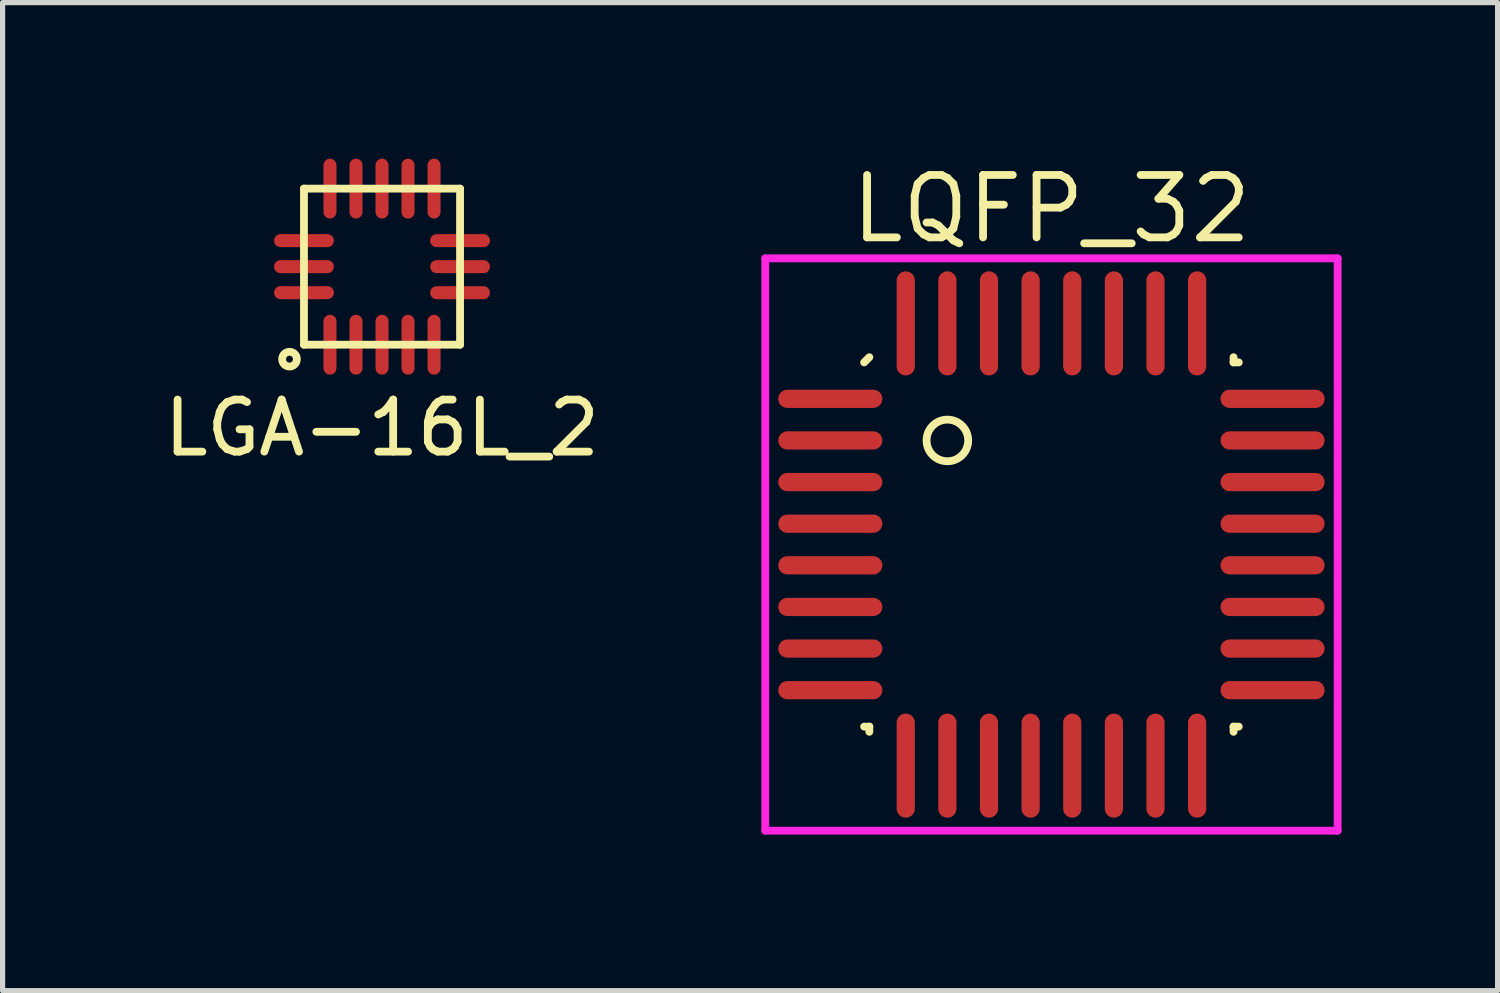
<source format=kicad_pcb>
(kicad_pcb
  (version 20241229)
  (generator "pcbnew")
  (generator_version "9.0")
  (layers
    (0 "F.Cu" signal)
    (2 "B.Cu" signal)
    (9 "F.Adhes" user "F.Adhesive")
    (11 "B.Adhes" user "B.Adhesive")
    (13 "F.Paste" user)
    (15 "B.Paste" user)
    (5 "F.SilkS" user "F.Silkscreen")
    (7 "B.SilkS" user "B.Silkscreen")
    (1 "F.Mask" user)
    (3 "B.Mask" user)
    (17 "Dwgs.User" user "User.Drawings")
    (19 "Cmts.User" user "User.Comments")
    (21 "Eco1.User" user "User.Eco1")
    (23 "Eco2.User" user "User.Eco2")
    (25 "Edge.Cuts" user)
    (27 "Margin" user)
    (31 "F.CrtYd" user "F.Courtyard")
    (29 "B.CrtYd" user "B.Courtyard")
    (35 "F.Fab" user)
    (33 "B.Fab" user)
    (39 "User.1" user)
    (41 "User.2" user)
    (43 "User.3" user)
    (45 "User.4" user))
  (footprint "LQFP_32"
    (layer "F.Cu")
    (at 17.158 7.415)
    (property "Reference" "LQFP_32" (at 0 -6.45 0) (layer "F.SilkS") (effects (font (size 1.2 1.2) (thickness 0.15))))
    (attr through_hole)
    (fp_line (start -3.6 3.5) (end -3.5 3.5) (stroke (width 0.15) (type solid)) (layer "F.SilkS"))
    (fp_line (start -3.5 -3.6) (end -3.6 -3.5) (stroke (width 0.15) (type solid)) (layer "F.SilkS"))
    (fp_line (start -3.5 3.5) (end -3.5 3.6) (stroke (width 0.15) (type solid)) (layer "F.SilkS"))
    (fp_line (start 3.5 -3.5) (end 3.5 -3.6) (stroke (width 0.15) (type solid)) (layer "F.SilkS"))
    (fp_line (start 3.5 3.5) (end 3.5 3.6) (stroke (width 0.15) (type solid)) (layer "F.SilkS"))
    (fp_line (start 3.6 -3.5) (end 3.5 -3.5) (stroke (width 0.15) (type solid)) (layer "F.SilkS"))
    (fp_line (start 3.6 3.5) (end 3.5 3.5) (stroke (width 0.15) (type solid)) (layer "F.SilkS"))
    (fp_circle (center -2 -2) (end -2 -2.4) (stroke (width 0.15) (type solid)) (fill no) (layer "F.SilkS"))
    (fp_line (start -5.5 -5.5) (end 5.5 -5.5) (stroke (width 0.15) (type solid)) (layer "F.CrtYd"))
    (fp_line (start -5.5 5.5) (end -5.5 -5.5) (stroke (width 0.15) (type solid)) (layer "F.CrtYd"))
    (fp_line (start 5.5 -5.5) (end 5.5 5.5) (stroke (width 0.15) (type solid)) (layer "F.CrtYd"))
    (fp_line (start 5.5 5.5) (end -5.5 5.5) (stroke (width 0.15) (type solid)) (layer "F.CrtYd"))
    (pad "1" smd oval (at -4.25 -2.8 90) (size 0.35 2) (layers "F.Cu" "F.Mask" "F.Paste"))
    (pad "2" smd oval (at -4.25 -2 90) (size 0.35 2) (layers "F.Cu" "F.Mask" "F.Paste"))
    (pad "3" smd oval (at -4.25 -1.2 90) (size 0.35 2) (layers "F.Cu" "F.Mask" "F.Paste"))
    (pad "4" smd oval (at -4.25 -0.4 90) (size 0.35 2) (layers "F.Cu" "F.Mask" "F.Paste"))
    (pad "5" smd oval (at -4.25 0.4 90) (size 0.35 2) (layers "F.Cu" "F.Mask" "F.Paste"))
    (pad "6" smd oval (at -4.25 1.2 90) (size 0.35 2) (layers "F.Cu" "F.Mask" "F.Paste"))
    (pad "7" smd oval (at -4.25 2 90) (size 0.35 2) (layers "F.Cu" "F.Mask" "F.Paste"))
    (pad "8" smd oval (at -4.25 2.8 90) (size 0.35 2) (layers "F.Cu" "F.Mask" "F.Paste"))
    (pad "9" smd oval (at -2.8 4.25) (size 0.35 2) (layers "F.Cu" "F.Mask" "F.Paste"))
    (pad "10" smd oval (at -2 4.25) (size 0.35 2) (layers "F.Cu" "F.Mask" "F.Paste"))
    (pad "11" smd oval (at -1.2 4.25) (size 0.35 2) (layers "F.Cu" "F.Mask" "F.Paste"))
    (pad "12" smd oval (at -0.4 4.25) (size 0.35 2) (layers "F.Cu" "F.Mask" "F.Paste"))
    (pad "13" smd oval (at 0.4 4.25) (size 0.35 2) (layers "F.Cu" "F.Mask" "F.Paste"))
    (pad "14" smd oval (at 1.2 4.25) (size 0.35 2) (layers "F.Cu" "F.Mask" "F.Paste"))
    (pad "15" smd oval (at 2 4.25) (size 0.35 2) (layers "F.Cu" "F.Mask" "F.Paste"))
    (pad "16" smd oval (at 2.8 4.25) (size 0.35 2) (layers "F.Cu" "F.Mask" "F.Paste"))
    (pad "17" smd oval (at 4.25 2.8 90) (size 0.35 2) (layers "F.Cu" "F.Mask" "F.Paste"))
    (pad "18" smd oval (at 4.25 2 90) (size 0.35 2) (layers "F.Cu" "F.Mask" "F.Paste"))
    (pad "19" smd oval (at 4.25 1.2 90) (size 0.35 2) (layers "F.Cu" "F.Mask" "F.Paste"))
    (pad "20" smd oval (at 4.25 0.4 90) (size 0.35 2) (layers "F.Cu" "F.Mask" "F.Paste"))
    (pad "21" smd oval (at 4.25 -0.4 90) (size 0.35 2) (layers "F.Cu" "F.Mask" "F.Paste"))
    (pad "22" smd oval (at 4.25 -1.2 90) (size 0.35 2) (layers "F.Cu" "F.Mask" "F.Paste"))
    (pad "23" smd oval (at 4.25 -2 90) (size 0.35 2) (layers "F.Cu" "F.Mask" "F.Paste"))
    (pad "24" smd oval (at 4.25 -2.8 90) (size 0.35 2) (layers "F.Cu" "F.Mask" "F.Paste"))
    (pad "25" smd oval (at 2.8 -4.25) (size 0.35 2) (layers "F.Cu" "F.Mask" "F.Paste"))
    (pad "26" smd oval (at 2 -4.25) (size 0.35 2) (layers "F.Cu" "F.Mask" "F.Paste"))
    (pad "27" smd oval (at 1.2 -4.25) (size 0.35 2) (layers "F.Cu" "F.Mask" "F.Paste"))
    (pad "28" smd oval (at 0.4 -4.25) (size 0.35 2) (layers "F.Cu" "F.Mask" "F.Paste"))
    (pad "29" smd oval (at -0.4 -4.25) (size 0.35 2) (layers "F.Cu" "F.Mask" "F.Paste"))
    (pad "30" smd oval (at -1.2 -4.25) (size 0.35 2) (layers "F.Cu" "F.Mask" "F.Paste"))
    (pad "31" smd oval (at -2 -4.25) (size 0.35 2) (layers "F.Cu" "F.Mask" "F.Paste"))
    (pad "32" smd oval (at -2.8 -4.25) (size 0.35 2) (layers "F.Cu" "F.Mask" "F.Paste")))
  (footprint "LGA-16L_2"
    (layer "F.Cu")
    (at 4.292 2.075)
    (property "Reference" "LGA-16L_2" (at 0 3.1 0) (layer "F.SilkS") (effects (font (size 1 1) (thickness 0.15))))
    (attr through_hole)
    (fp_line (start -1.5 -1.5) (end -1.5 1.5) (stroke (width 0.15) (type solid)) (layer "F.SilkS"))
    (fp_line (start -1.5 1.5) (end 1.5 1.5) (stroke (width 0.15) (type solid)) (layer "F.SilkS"))
    (fp_line (start 1.5 -1.5) (end -1.5 -1.5) (stroke (width 0.15) (type solid)) (layer "F.SilkS"))
    (fp_line (start 1.5 0) (end 1.5 -1.5) (stroke (width 0.15) (type solid)) (layer "F.SilkS"))
    (fp_line (start 1.5 1.5) (end 1.5 0) (stroke (width 0.15) (type solid)) (layer "F.SilkS"))
    (fp_circle (center -1.778 1.778) (end -1.678 1.878) (stroke (width 0.15) (type solid)) (fill no) (layer "F.SilkS"))
    (pad "1" smd oval (at -1 1.5) (size 0.25 1.15) (layers "F.Cu" "F.Mask" "F.Paste"))
    (pad "2" smd oval (at -0.5 1.5) (size 0.25 1.15) (layers "F.Cu" "F.Mask" "F.Paste"))
    (pad "3" smd oval (at 0 1.5) (size 0.25 1.15) (layers "F.Cu" "F.Mask" "F.Paste"))
    (pad "4" smd oval (at 0.5 1.5) (size 0.25 1.15) (layers "F.Cu" "F.Mask" "F.Paste"))
    (pad "5" smd oval (at 1 1.5) (size 0.25 1.15) (layers "F.Cu" "F.Mask" "F.Paste"))
    (pad "6" smd oval (at 1.5 0.5) (size 1.15 0.25) (layers "F.Cu" "F.Mask" "F.Paste"))
    (pad "7" smd oval (at 1.5 0) (size 1.15 0.25) (layers "F.Cu" "F.Mask" "F.Paste"))
    (pad "8" smd oval (at 1.5 -0.5) (size 1.15 0.25) (layers "F.Cu" "F.Mask" "F.Paste"))
    (pad "9" smd oval (at 1 -1.5) (size 0.25 1.15) (layers "F.Cu" "F.Mask" "F.Paste"))
    (pad "10" smd oval (at 0.5 -1.5) (size 0.25 1.15) (layers "F.Cu" "F.Mask" "F.Paste"))
    (pad "11" smd oval (at 0 -1.5) (size 0.25 1.15) (layers "F.Cu" "F.Mask" "F.Paste"))
    (pad "12" smd oval (at -0.5 -1.5) (size 0.25 1.15) (layers "F.Cu" "F.Mask" "F.Paste"))
    (pad "13" smd oval (at -1 -1.5) (size 0.25 1.15) (layers "F.Cu" "F.Mask" "F.Paste"))
    (pad "14" smd oval (at -1.5 -0.5) (size 1.15 0.25) (layers "F.Cu" "F.Mask" "F.Paste"))
    (pad "15" smd oval (at -1.5 0) (size 1.15 0.25) (layers "F.Cu" "F.Mask" "F.Paste"))
    (pad "16" smd oval (at -1.5 0.5) (size 1.15 0.25) (layers "F.Cu" "F.Mask" "F.Paste")))
  (gr_rect
    (start -3 -3)
    (end 25.733 15.99)
    (stroke (width 0.1) (type default))
    (fill no)
    (layer "Edge.Cuts")))
</source>
